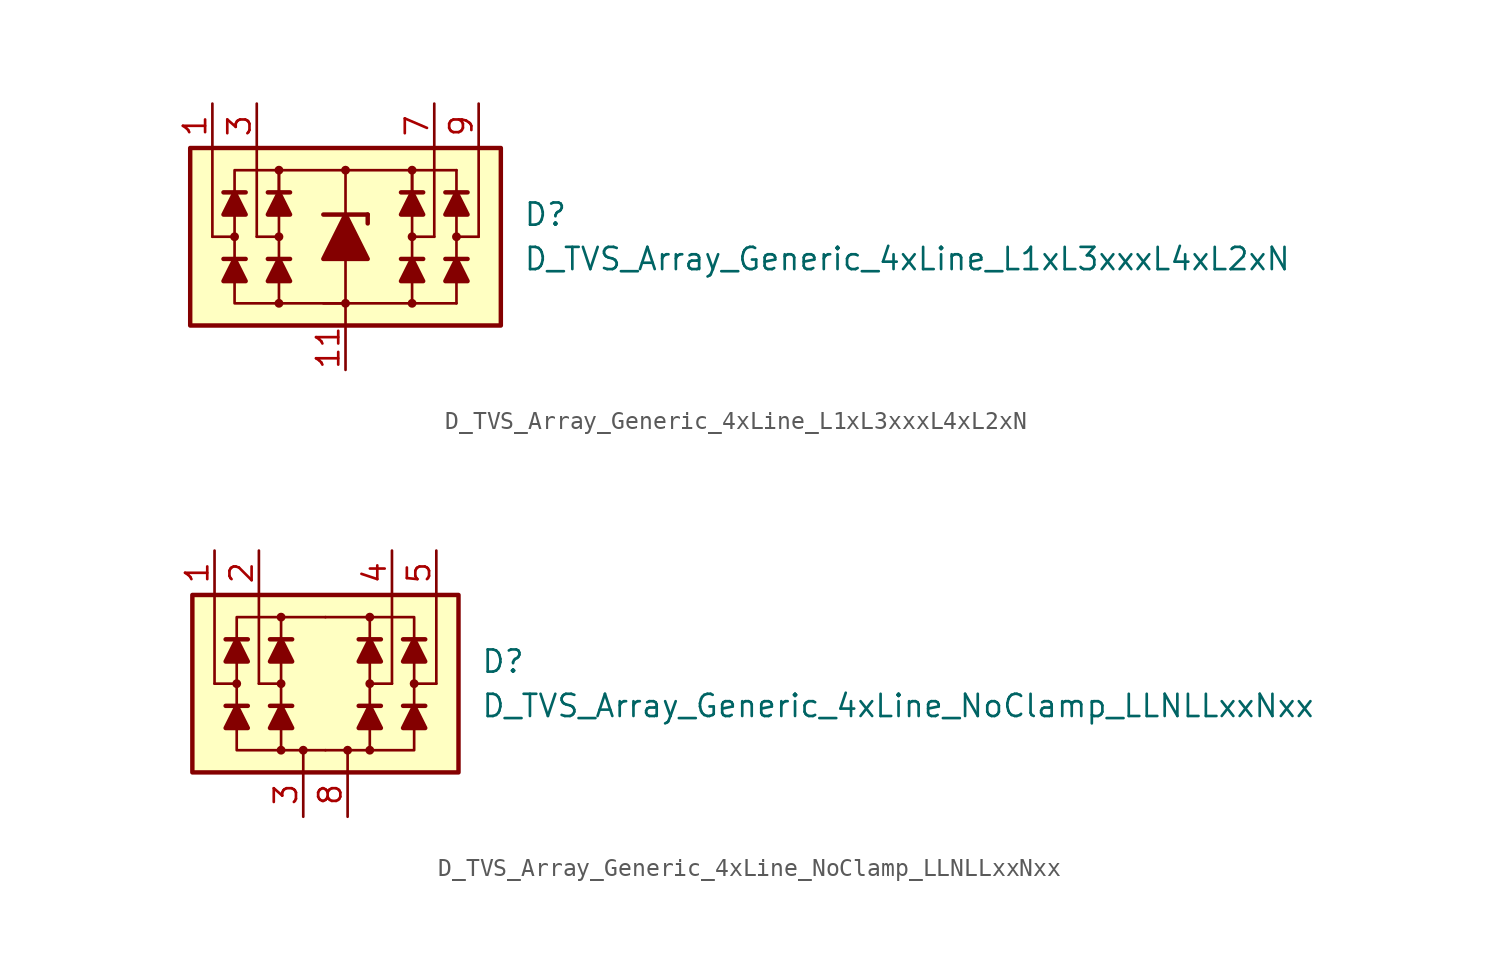
<source format=kicad_sym>
(kicad_symbol_lib
  (version 20211014)
  (generator kicad_symbol_editor)
  (symbol "D_TVS_Array_Generic_4xLine_L1xL3xxxL4xL2xN"
    (pin_names
      (offset 1.016) hide)
    (property "Reference" "D"
      (at 10.16 1.27 0)
      (effects (font (size 1.27 1.27)) (justify left)))
    (property "Value" "D_TVS_Array_Generic_4xLine_L1xL3xxxL4xL2xN"
      (at 10.16 -1.27 0)
      (effects (font (size 1.27 1.27)) (justify left)))
    (symbol "D_TVS_Array_Generic_4xLine_L1xL3xxxL4xL2xN_0_1"
      (rectangle (start -8.89 5.08) (end 8.89 -5.08) (stroke (width 0.254) (type default) (color 0 0 0 0)) (fill (type background)))
      (circle (center -3.81 0) (radius 0.178) (stroke (width 0) (type default) (color 0 0 0 0)) (fill (type outline)))
      (polyline (pts (xy -5.715 -1.27) (xy -6.985 -1.27)) (stroke (width 0.254) (type default) (color 0 0 0 0)) (fill (type none)))
      (polyline (pts (xy -5.715 2.54) (xy -6.985 2.54)) (stroke (width 0.254) (type default) (color 0 0 0 0)) (fill (type none)))
      (polyline (pts (xy -5.08 0) (xy -5.08 5.08)) (stroke (width 0) (type default) (color 0 0 0 0)) (fill (type none)))
      (polyline (pts (xy -3.81 -1.27) (xy -3.81 1.27)) (stroke (width 0) (type default) (color 0 0 0 0)) (fill (type none)))
      (polyline (pts (xy -3.81 0) (xy -5.08 0)) (stroke (width 0) (type default) (color 0 0 0 0)) (fill (type none)))
      (polyline (pts (xy -3.175 -1.27) (xy -4.445 -1.27)) (stroke (width 0.254) (type default) (color 0 0 0 0)) (fill (type none)))
      (polyline (pts (xy -3.175 2.54) (xy -4.445 2.54)) (stroke (width 0.254) (type default) (color 0 0 0 0)) (fill (type none)))
      (polyline (pts (xy 0 -1.27) (xy 0 -5.08)) (stroke (width 0) (type default) (color 0 0 0 0)) (fill (type none)))
      (polyline (pts (xy 0 1.27) (xy 0 3.81)) (stroke (width 0.152) (type default) (color 0 0 0 0)) (fill (type none)))
      (polyline (pts (xy 3.81 -1.27) (xy 3.81 1.27)) (stroke (width 0) (type default) (color 0 0 0 0)) (fill (type none)))
      (polyline (pts (xy 3.81 0) (xy 5.08 0)) (stroke (width 0) (type default) (color 0 0 0 0)) (fill (type none)))
      (polyline (pts (xy 3.81 3.81) (xy 6.35 3.81)) (stroke (width 0.152) (type default) (color 0 0 0 0)) (fill (type none)))
      (polyline (pts (xy 4.445 -1.27) (xy 3.175 -1.27)) (stroke (width 0.254) (type default) (color 0 0 0 0)) (fill (type none)))
      (polyline (pts (xy 4.445 2.54) (xy 3.175 2.54)) (stroke (width 0.254) (type default) (color 0 0 0 0)) (fill (type none)))
      (polyline (pts (xy 5.08 0) (xy 5.08 5.08)) (stroke (width 0) (type default) (color 0 0 0 0)) (fill (type none)))
      (polyline (pts (xy 6.35 3.81) (xy 6.35 -3.81)) (stroke (width 0.152) (type default) (color 0 0 0 0)) (fill (type none)))
      (polyline (pts (xy 6.985 -1.27) (xy 5.715 -1.27)) (stroke (width 0.254) (type default) (color 0 0 0 0)) (fill (type none)))
      (polyline (pts (xy 6.985 2.54) (xy 5.715 2.54)) (stroke (width 0.254) (type default) (color 0 0 0 0)) (fill (type none)))
      (polyline (pts (xy 6.35 -3.81) (xy -1.27 -3.81) (xy 0 -3.81)) (stroke (width 0.152) (type default) (color 0 0 0 0)) (fill (type none)))
      (polyline (pts (xy -6.35 -1.27) (xy -5.715 -2.54) (xy -6.985 -2.54) (xy -6.35 -1.27)) (stroke (width 0.254) (type default) (color 0 0 0 0)) (fill (type outline)))
      (polyline (pts (xy -6.35 2.54) (xy -5.715 1.27) (xy -6.985 1.27) (xy -6.35 2.54)) (stroke (width 0.254) (type default) (color 0 0 0 0)) (fill (type outline)))
      (polyline (pts (xy -3.81 -1.27) (xy -3.175 -2.54) (xy -4.445 -2.54) (xy -3.81 -1.27)) (stroke (width 0.254) (type default) (color 0 0 0 0)) (fill (type outline)))
      (polyline (pts (xy -3.81 2.54) (xy -3.81 3.81) (xy 3.81 3.81) (xy 3.81 2.54)) (stroke (width 0) (type default) (color 0 0 0 0)) (fill (type none)))
      (polyline (pts (xy -3.81 2.54) (xy -3.175 1.27) (xy -4.445 1.27) (xy -3.81 2.54)) (stroke (width 0.254) (type default) (color 0 0 0 0)) (fill (type outline)))
      (polyline (pts (xy 0 -3.81) (xy -6.35 -3.81) (xy -6.35 3.81) (xy -3.81 3.81)) (stroke (width 0) (type default) (color 0 0 0 0)) (fill (type none)))
      (polyline (pts (xy 3.81 -1.27) (xy 4.445 -2.54) (xy 3.175 -2.54) (xy 3.81 -1.27)) (stroke (width 0.254) (type default) (color 0 0 0 0)) (fill (type outline)))
      (polyline (pts (xy 3.81 2.54) (xy 4.445 1.27) (xy 3.175 1.27) (xy 3.81 2.54)) (stroke (width 0.254) (type default) (color 0 0 0 0)) (fill (type outline)))
      (polyline (pts (xy 6.35 -1.27) (xy 6.985 -2.54) (xy 5.715 -2.54) (xy 6.35 -1.27)) (stroke (width 0.254) (type default) (color 0 0 0 0)) (fill (type outline)))
      (polyline (pts (xy 6.35 2.54) (xy 6.985 1.27) (xy 5.715 1.27) (xy 6.35 2.54)) (stroke (width 0.254) (type default) (color 0 0 0 0)) (fill (type outline)))
      (circle (center 0 3.81) (radius 0.178) (stroke (width 0) (type default) (color 0 0 0 0)) (fill (type outline)))
      (circle (center 3.81 0) (radius 0.178) (stroke (width 0) (type default) (color 0 0 0 0)) (fill (type outline))))
    (symbol "D_TVS_Array_Generic_4xLine_L1xL3xxxL4xL2xN_1_1"
      (circle (center -6.35 0) (radius 0.178) (stroke (width 0) (type default) (color 0 0 0 0)) (fill (type outline)))
      (circle (center -3.81 -3.81) (radius 0.178) (stroke (width 0) (type default) (color 0 0 0 0)) (fill (type outline)))
      (circle (center -3.81 3.81) (radius 0.178) (stroke (width 0) (type default) (color 0 0 0 0)) (fill (type outline)))
      (circle (center 0 -3.81) (radius 0.178) (stroke (width 0) (type default) (color 0 0 0 0)) (fill (type outline)))
      (polyline (pts (xy -7.62 0) (xy -7.62 5.08)) (stroke (width 0) (type default) (color 0 0 0 0)) (fill (type none)))
      (polyline (pts (xy -6.35 0) (xy -7.62 0)) (stroke (width 0) (type default) (color 0 0 0 0)) (fill (type none)))
      (polyline (pts (xy -3.81 -3.81) (xy -3.81 -1.27)) (stroke (width 0) (type default) (color 0 0 0 0)) (fill (type none)))
      (polyline (pts (xy -3.81 1.27) (xy -3.81 3.81)) (stroke (width 0) (type default) (color 0 0 0 0)) (fill (type none)))
      (polyline (pts (xy -1.27 1.27) (xy 1.27 1.27)) (stroke (width 0.254) (type default) (color 0 0 0 0)) (fill (type none)))
      (polyline (pts (xy 0 -1.27) (xy 0 1.27)) (stroke (width 0) (type default) (color 0 0 0 0)) (fill (type none)))
      (polyline (pts (xy 1.27 1.27) (xy 1.27 0.762)) (stroke (width 0.254) (type default) (color 0 0 0 0)) (fill (type none)))
      (polyline (pts (xy 3.81 -3.81) (xy 3.81 -1.27)) (stroke (width 0) (type default) (color 0 0 0 0)) (fill (type none)))
      (polyline (pts (xy 3.81 1.27) (xy 3.81 3.81)) (stroke (width 0) (type default) (color 0 0 0 0)) (fill (type none)))
      (polyline (pts (xy 6.35 0) (xy 7.62 0)) (stroke (width 0) (type default) (color 0 0 0 0)) (fill (type none)))
      (polyline (pts (xy 7.62 0) (xy 7.62 5.08)) (stroke (width 0) (type default) (color 0 0 0 0)) (fill (type none)))
      (polyline (pts (xy 1.27 -1.27) (xy -1.27 -1.27) (xy 0 1.27) (xy 1.27 -1.27)) (stroke (width 0.254) (type default) (color 0 0 0 0)) (fill (type outline)))
      (circle (center 3.81 -3.81) (radius 0.178) (stroke (width 0) (type default) (color 0 0 0 0)) (fill (type outline)))
      (circle (center 3.81 3.81) (radius 0.178) (stroke (width 0) (type default) (color 0 0 0 0)) (fill (type outline)))
      (circle (center 6.35 0) (radius 0.178) (stroke (width 0) (type default) (color 0 0 0 0)) (fill (type outline)))
      (pin passive line (at -7.62 7.62 270) (length 2.54) (name "L1" (effects (font (size 1.27 1.27)))) (number "1" (effects (font (size 1.27 1.27)))))
      (pin no_connect line (at 2.54 -2.54 0) (length 2.54) hide (name "NC" (effects (font (size 1.27 1.27)))) (number "10" (effects (font (size 1.27 1.27)))))
      (pin passive line (at 0 -7.62 90) (length 2.54) (name "VN" (effects (font (size 1.27 1.27)))) (number "11" (effects (font (size 1.27 1.27)))))
      (pin no_connect line (at -3.81 2.54 0) (length 2.54) hide (name "NC" (effects (font (size 1.27 1.27)))) (number "2" (effects (font (size 1.27 1.27)))))
      (pin passive line (at -5.08 7.62 270) (length 2.54) (name "L2" (effects (font (size 1.27 1.27)))) (number "3" (effects (font (size 1.27 1.27)))))
      (pin no_connect line (at -3.81 0 0) (length 2.54) hide (name "NC" (effects (font (size 1.27 1.27)))) (number "4" (effects (font (size 1.27 1.27)))))
      (pin no_connect line (at -3.81 -2.54 0) (length 2.54) hide (name "NC" (effects (font (size 1.27 1.27)))) (number "5" (effects (font (size 1.27 1.27)))))
      (pin no_connect line (at 2.54 2.54 0) (length 2.54) hide (name "NC" (effects (font (size 1.27 1.27)))) (number "6" (effects (font (size 1.27 1.27)))))
      (pin passive line (at 5.08 7.62 270) (length 2.54) (name "L3" (effects (font (size 1.27 1.27)))) (number "7" (effects (font (size 1.27 1.27)))))
      (pin no_connect line (at 2.54 0 0) (length 2.54) hide (name "NC" (effects (font (size 1.27 1.27)))) (number "8" (effects (font (size 1.27 1.27)))))
      (pin passive line (at 7.62 7.62 270) (length 2.54) (name "L4" (effects (font (size 1.27 1.27)))) (number "9" (effects (font (size 1.27 1.27)))))))
  (symbol "D_TVS_Array_Generic_4xLine_NoClamp_LLNLLxxNxx"
    (pin_names
      (offset 1.016) hide)
    (property "Reference" "D"
      (at 8.89 1.27 0)
      (effects (font (size 1.27 1.27)) (justify left)))
    (property "Value" "D_TVS_Array_Generic_4xLine_NoClamp_LLNLLxxNxx"
      (at 8.89 -1.27 0)
      (effects (font (size 1.27 1.27)) (justify left)))
    (symbol "D_TVS_Array_Generic_4xLine_NoClamp_LLNLLxxNxx_0_1"
      (rectangle (start -7.62 5.08) (end 7.62 -5.08) (stroke (width 0.254) (type default) (color 0 0 0 0)) (fill (type background)))
      (circle (center -2.54 0) (radius 0.178) (stroke (width 0) (type default) (color 0 0 0 0)) (fill (type outline)))
      (polyline (pts (xy -4.445 -1.27) (xy -5.715 -1.27)) (stroke (width 0.254) (type default) (color 0 0 0 0)) (fill (type none)))
      (polyline (pts (xy -4.445 2.54) (xy -5.715 2.54)) (stroke (width 0.254) (type default) (color 0 0 0 0)) (fill (type none)))
      (polyline (pts (xy -3.81 0) (xy -3.81 5.08)) (stroke (width 0) (type default) (color 0 0 0 0)) (fill (type none)))
      (polyline (pts (xy -2.54 -1.27) (xy -2.54 1.27)) (stroke (width 0) (type default) (color 0 0 0 0)) (fill (type none)))
      (polyline (pts (xy -2.54 0) (xy -3.81 0)) (stroke (width 0) (type default) (color 0 0 0 0)) (fill (type none)))
      (polyline (pts (xy -1.905 -1.27) (xy -3.175 -1.27)) (stroke (width 0.254) (type default) (color 0 0 0 0)) (fill (type none)))
      (polyline (pts (xy -1.905 2.54) (xy -3.175 2.54)) (stroke (width 0.254) (type default) (color 0 0 0 0)) (fill (type none)))
      (polyline (pts (xy -1.27 -5.08) (xy -1.27 -3.81)) (stroke (width 0) (type default) (color 0 0 0 0)) (fill (type none)))
      (polyline (pts (xy 1.27 -5.08) (xy 1.27 -3.81)) (stroke (width 0) (type default) (color 0 0 0 0)) (fill (type none)))
      (polyline (pts (xy 2.54 -1.27) (xy 2.54 1.27)) (stroke (width 0) (type default) (color 0 0 0 0)) (fill (type none)))
      (polyline (pts (xy 2.54 0) (xy 3.81 0)) (stroke (width 0) (type default) (color 0 0 0 0)) (fill (type none)))
      (polyline (pts (xy 3.175 -1.27) (xy 1.905 -1.27)) (stroke (width 0.254) (type default) (color 0 0 0 0)) (fill (type none)))
      (polyline (pts (xy 3.175 2.54) (xy 1.905 2.54)) (stroke (width 0.254) (type default) (color 0 0 0 0)) (fill (type none)))
      (polyline (pts (xy 3.81 0) (xy 3.81 5.08)) (stroke (width 0) (type default) (color 0 0 0 0)) (fill (type none)))
      (polyline (pts (xy 5.715 -1.27) (xy 4.445 -1.27)) (stroke (width 0.254) (type default) (color 0 0 0 0)) (fill (type none)))
      (polyline (pts (xy 5.715 2.54) (xy 4.445 2.54)) (stroke (width 0.254) (type default) (color 0 0 0 0)) (fill (type none)))
      (polyline (pts (xy -5.08 -1.27) (xy -4.445 -2.54) (xy -5.715 -2.54) (xy -5.08 -1.27)) (stroke (width 0.254) (type default) (color 0 0 0 0)) (fill (type outline)))
      (polyline (pts (xy -5.08 2.54) (xy -4.445 1.27) (xy -5.715 1.27) (xy -5.08 2.54)) (stroke (width 0.254) (type default) (color 0 0 0 0)) (fill (type outline)))
      (polyline (pts (xy -2.54 -1.27) (xy -1.905 -2.54) (xy -3.175 -2.54) (xy -2.54 -1.27)) (stroke (width 0.254) (type default) (color 0 0 0 0)) (fill (type outline)))
      (polyline (pts (xy -2.54 2.54) (xy -1.905 1.27) (xy -3.175 1.27) (xy -2.54 2.54)) (stroke (width 0.254) (type default) (color 0 0 0 0)) (fill (type outline)))
      (polyline (pts (xy 0 -3.81) (xy -5.08 -3.81) (xy -5.08 3.81) (xy 0 3.81)) (stroke (width 0) (type default) (color 0 0 0 0)) (fill (type none)))
      (polyline (pts (xy 0 -3.81) (xy 5.08 -3.81) (xy 5.08 3.81) (xy 0 3.81)) (stroke (width 0) (type default) (color 0 0 0 0)) (fill (type none)))
      (polyline (pts (xy 2.54 -1.27) (xy 3.175 -2.54) (xy 1.905 -2.54) (xy 2.54 -1.27)) (stroke (width 0.254) (type default) (color 0 0 0 0)) (fill (type outline)))
      (polyline (pts (xy 2.54 2.54) (xy 3.175 1.27) (xy 1.905 1.27) (xy 2.54 2.54)) (stroke (width 0.254) (type default) (color 0 0 0 0)) (fill (type outline)))
      (polyline (pts (xy 5.08 -1.27) (xy 5.715 -2.54) (xy 4.445 -2.54) (xy 5.08 -1.27)) (stroke (width 0.254) (type default) (color 0 0 0 0)) (fill (type outline)))
      (polyline (pts (xy 5.08 2.54) (xy 5.715 1.27) (xy 4.445 1.27) (xy 5.08 2.54)) (stroke (width 0.254) (type default) (color 0 0 0 0)) (fill (type outline)))
      (circle (center 2.54 0) (radius 0.178) (stroke (width 0) (type default) (color 0 0 0 0)) (fill (type outline))))
    (symbol "D_TVS_Array_Generic_4xLine_NoClamp_LLNLLxxNxx_1_1"
      (circle (center -5.08 0) (radius 0.178) (stroke (width 0) (type default) (color 0 0 0 0)) (fill (type outline)))
      (circle (center -2.54 -3.81) (radius 0.178) (stroke (width 0) (type default) (color 0 0 0 0)) (fill (type outline)))
      (circle (center -2.54 3.81) (radius 0.178) (stroke (width 0) (type default) (color 0 0 0 0)) (fill (type outline)))
      (circle (center -1.27 -3.81) (radius 0.178) (stroke (width 0) (type default) (color 0 0 0 0)) (fill (type outline)))
      (polyline (pts (xy -6.35 0) (xy -6.35 5.08)) (stroke (width 0) (type default) (color 0 0 0 0)) (fill (type none)))
      (polyline (pts (xy -5.08 0) (xy -6.35 0)) (stroke (width 0) (type default) (color 0 0 0 0)) (fill (type none)))
      (polyline (pts (xy -2.54 -3.81) (xy -2.54 -1.27)) (stroke (width 0) (type default) (color 0 0 0 0)) (fill (type none)))
      (polyline (pts (xy -2.54 1.27) (xy -2.54 3.81)) (stroke (width 0) (type default) (color 0 0 0 0)) (fill (type none)))
      (polyline (pts (xy 2.54 -3.81) (xy 2.54 -1.27)) (stroke (width 0) (type default) (color 0 0 0 0)) (fill (type none)))
      (polyline (pts (xy 2.54 1.27) (xy 2.54 3.81)) (stroke (width 0) (type default) (color 0 0 0 0)) (fill (type none)))
      (polyline (pts (xy 5.08 0) (xy 6.35 0)) (stroke (width 0) (type default) (color 0 0 0 0)) (fill (type none)))
      (polyline (pts (xy 6.35 0) (xy 6.35 5.08)) (stroke (width 0) (type default) (color 0 0 0 0)) (fill (type none)))
      (circle (center 1.27 -3.81) (radius 0.178) (stroke (width 0) (type default) (color 0 0 0 0)) (fill (type outline)))
      (circle (center 2.54 -3.81) (radius 0.178) (stroke (width 0) (type default) (color 0 0 0 0)) (fill (type outline)))
      (circle (center 2.54 3.81) (radius 0.178) (stroke (width 0) (type default) (color 0 0 0 0)) (fill (type outline)))
      (circle (center 5.08 0) (radius 0.178) (stroke (width 0) (type default) (color 0 0 0 0)) (fill (type outline)))
      (pin passive line (at -6.35 7.62 270) (length 2.54) (name "L1" (effects (font (size 1.27 1.27)))) (number "1" (effects (font (size 1.27 1.27)))))
      (pin no_connect line (at 2.54 -2.54 0) (length 2.54) hide (name "NC" (effects (font (size 1.27 1.27)))) (number "10" (effects (font (size 1.27 1.27)))))
      (pin passive line (at -3.81 7.62 270) (length 2.54) (name "L2" (effects (font (size 1.27 1.27)))) (number "2" (effects (font (size 1.27 1.27)))))
      (pin passive line (at -1.27 -7.62 90) (length 2.54) (name "VN" (effects (font (size 1.27 1.27)))) (number "3" (effects (font (size 1.27 1.27)))))
      (pin passive line (at 3.81 7.62 270) (length 2.54) (name "L3" (effects (font (size 1.27 1.27)))) (number "4" (effects (font (size 1.27 1.27)))))
      (pin passive line (at 6.35 7.62 270) (length 2.54) (name "L4" (effects (font (size 1.27 1.27)))) (number "5" (effects (font (size 1.27 1.27)))))
      (pin no_connect line (at 2.54 3.81 0) (length 2.54) hide (name "NC" (effects (font (size 1.27 1.27)))) (number "6" (effects (font (size 1.27 1.27)))))
      (pin no_connect line (at 2.54 2.54 0) (length 2.54) hide (name "NC" (effects (font (size 1.27 1.27)))) (number "7" (effects (font (size 1.27 1.27)))))
      (pin passive line (at 1.27 -7.62 90) (length 2.54) (name "VN" (effects (font (size 1.27 1.27)))) (number "8" (effects (font (size 1.27 1.27)))))
      (pin no_connect line (at 2.54 0 0) (length 2.54) hide (name "NC" (effects (font (size 1.27 1.27)))) (number "9" (effects (font (size 1.27 1.27))))))))
</source>
